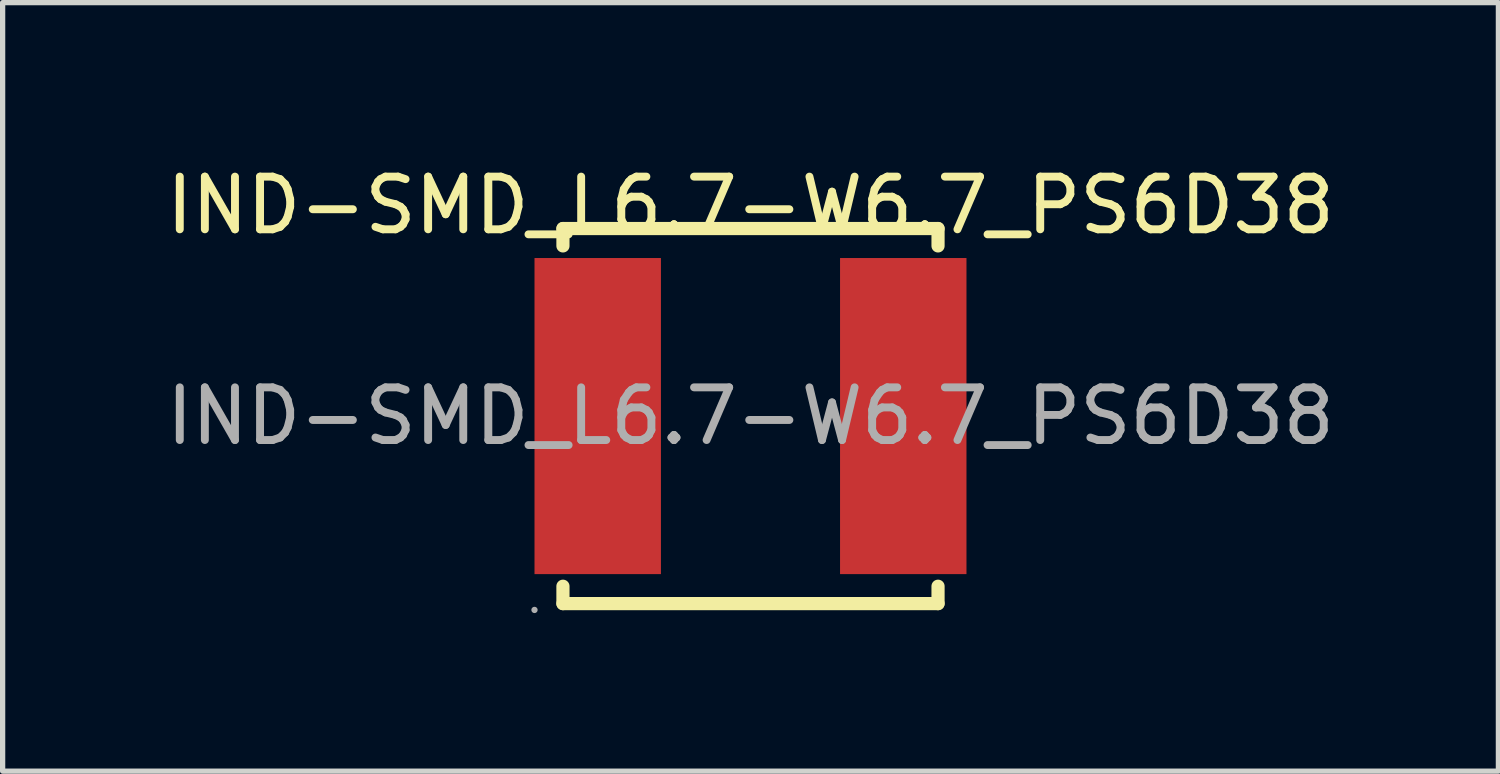
<source format=kicad_pcb>
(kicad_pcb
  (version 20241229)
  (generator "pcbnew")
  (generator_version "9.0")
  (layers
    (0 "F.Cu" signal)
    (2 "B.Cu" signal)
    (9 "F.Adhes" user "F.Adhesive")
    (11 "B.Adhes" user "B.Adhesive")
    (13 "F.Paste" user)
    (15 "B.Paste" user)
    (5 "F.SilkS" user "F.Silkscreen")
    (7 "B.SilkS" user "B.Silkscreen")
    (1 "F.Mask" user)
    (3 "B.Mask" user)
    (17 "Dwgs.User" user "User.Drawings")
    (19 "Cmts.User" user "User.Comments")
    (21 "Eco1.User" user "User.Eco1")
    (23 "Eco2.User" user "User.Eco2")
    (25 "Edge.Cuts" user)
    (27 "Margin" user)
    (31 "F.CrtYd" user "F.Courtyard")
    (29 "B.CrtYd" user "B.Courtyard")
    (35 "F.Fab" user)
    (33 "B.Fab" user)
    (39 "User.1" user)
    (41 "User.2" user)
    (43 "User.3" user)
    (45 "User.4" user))
  (footprint "IND-SMD_L6.7-W6.7_PS6D38"
    (layer "F.Cu")
    (at 11.196 4.848)
    (property "Reference" "IND-SMD_L6.7-W6.7_PS6D38" (at 0 -4 0) (layer "F.SilkS") (effects (font (size 1 1) (thickness 0.15))))
    (attr through_hole)
    (fp_line (start -3.56 -3.56) (end 3.56 -3.56) (stroke (width 0.25) (type solid)) (layer "F.SilkS"))
    (fp_line (start -3.56 -3.23) (end -3.56 -3.56) (stroke (width 0.25) (type solid)) (layer "F.SilkS"))
    (fp_line (start -3.56 3.56) (end -3.56 3.23) (stroke (width 0.25) (type solid)) (layer "F.SilkS"))
    (fp_line (start 3.56 -3.56) (end 3.56 -3.23) (stroke (width 0.25) (type solid)) (layer "F.SilkS"))
    (fp_line (start 3.56 3.23) (end 3.56 3.56) (stroke (width 0.25) (type solid)) (layer "F.SilkS"))
    (fp_line (start 3.56 3.56) (end -3.56 3.56) (stroke (width 0.25) (type solid)) (layer "F.SilkS"))
    (fp_circle (center -4.1 3.68) (end -4.07 3.68) (stroke (width 0.06) (type solid)) (fill no) (layer "F.Fab"))
    (fp_text user "${REFERENCE}" (at 0 0 0) (layer "F.Fab") (effects (font (size 1 1) (thickness 0.15))))
    (pad "1" smd rect (at -2.9 0) (size 2.4 6) (layers "F.Cu" "F.Mask" "F.Paste"))
    (pad "2" smd rect (at 2.9 0) (size 2.4 6) (layers "F.Cu" "F.Mask" "F.Paste")))
  (gr_rect
    (start -3 -3)
    (end 25.393 11.588)
    (stroke (width 0.1) (type default))
    (fill no)
    (layer "Edge.Cuts")))
</source>
